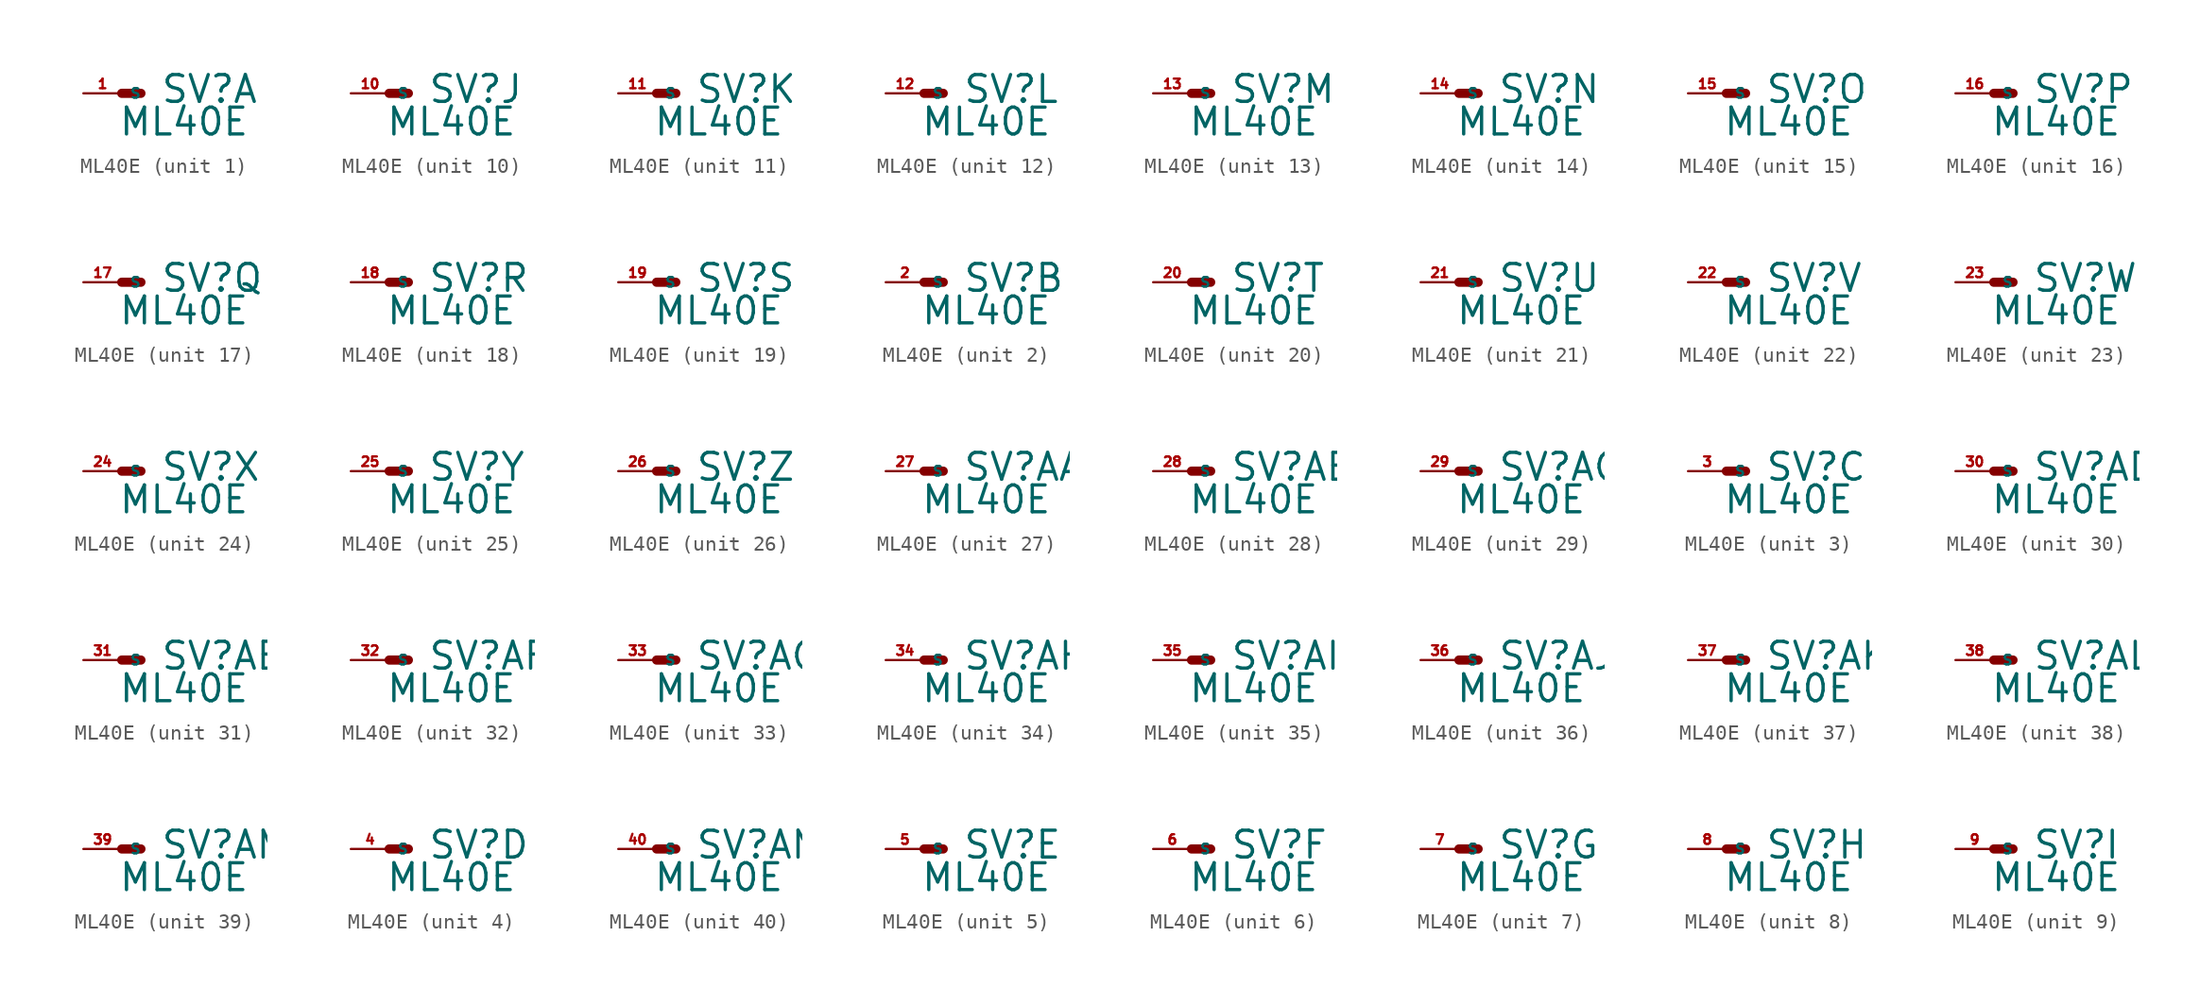
<source format=kicad_sym>
(kicad_symbol_lib
  (version 20220914)
  (generator Eagle2Kicad)
  (symbol "ML40E"
    (property "Reference" "SV"
      (at 2.54 -0.762 0)
      (effects (font (size 1.778 1.778) (thickness 0.22)) (justify left bottom)))
    (property "Value" "ML40E"
      (at -0.254 -2.921 0)
      (effects (font (size 1.778 1.778) (thickness 0.22)) (justify left bottom)))
    (symbol "ML40E_1_0"
      (polyline (pts (xy 1.27 0) (xy 0 0)) (stroke (width 0.61) (type default)) (fill (type none)))
      (pin passive line (at -2.54 0 0) (length 2.54) (name "S" (effects (font (size 0.635 0.635) (thickness 0.08)) (justify left bottom))) (number "1" (effects (font (size 0.635 0.635) (thickness 0.08)) (justify left bottom)))))
    (symbol "ML40E_2_0"
      (polyline (pts (xy 1.27 0) (xy 0 0)) (stroke (width 0.61) (type default)) (fill (type none)))
      (pin passive line (at -2.54 0 0) (length 2.54) (name "S" (effects (font (size 0.635 0.635) (thickness 0.08)) (justify left bottom))) (number "2" (effects (font (size 0.635 0.635) (thickness 0.08)) (justify left bottom)))))
    (symbol "ML40E_3_0"
      (polyline (pts (xy 1.27 0) (xy 0 0)) (stroke (width 0.61) (type default)) (fill (type none)))
      (pin passive line (at -2.54 0 0) (length 2.54) (name "S" (effects (font (size 0.635 0.635) (thickness 0.08)) (justify left bottom))) (number "3" (effects (font (size 0.635 0.635) (thickness 0.08)) (justify left bottom)))))
    (symbol "ML40E_4_0"
      (polyline (pts (xy 1.27 0) (xy 0 0)) (stroke (width 0.61) (type default)) (fill (type none)))
      (pin passive line (at -2.54 0 0) (length 2.54) (name "S" (effects (font (size 0.635 0.635) (thickness 0.08)) (justify left bottom))) (number "4" (effects (font (size 0.635 0.635) (thickness 0.08)) (justify left bottom)))))
    (symbol "ML40E_5_0"
      (polyline (pts (xy 1.27 0) (xy 0 0)) (stroke (width 0.61) (type default)) (fill (type none)))
      (pin passive line (at -2.54 0 0) (length 2.54) (name "S" (effects (font (size 0.635 0.635) (thickness 0.08)) (justify left bottom))) (number "5" (effects (font (size 0.635 0.635) (thickness 0.08)) (justify left bottom)))))
    (symbol "ML40E_6_0"
      (polyline (pts (xy 1.27 0) (xy 0 0)) (stroke (width 0.61) (type default)) (fill (type none)))
      (pin passive line (at -2.54 0 0) (length 2.54) (name "S" (effects (font (size 0.635 0.635) (thickness 0.08)) (justify left bottom))) (number "6" (effects (font (size 0.635 0.635) (thickness 0.08)) (justify left bottom)))))
    (symbol "ML40E_7_0"
      (polyline (pts (xy 1.27 0) (xy 0 0)) (stroke (width 0.61) (type default)) (fill (type none)))
      (pin passive line (at -2.54 0 0) (length 2.54) (name "S" (effects (font (size 0.635 0.635) (thickness 0.08)) (justify left bottom))) (number "7" (effects (font (size 0.635 0.635) (thickness 0.08)) (justify left bottom)))))
    (symbol "ML40E_8_0"
      (polyline (pts (xy 1.27 0) (xy 0 0)) (stroke (width 0.61) (type default)) (fill (type none)))
      (pin passive line (at -2.54 0 0) (length 2.54) (name "S" (effects (font (size 0.635 0.635) (thickness 0.08)) (justify left bottom))) (number "8" (effects (font (size 0.635 0.635) (thickness 0.08)) (justify left bottom)))))
    (symbol "ML40E_9_0"
      (polyline (pts (xy 1.27 0) (xy 0 0)) (stroke (width 0.61) (type default)) (fill (type none)))
      (pin passive line (at -2.54 0 0) (length 2.54) (name "S" (effects (font (size 0.635 0.635) (thickness 0.08)) (justify left bottom))) (number "9" (effects (font (size 0.635 0.635) (thickness 0.08)) (justify left bottom)))))
    (symbol "ML40E_10_0"
      (polyline (pts (xy 1.27 0) (xy 0 0)) (stroke (width 0.61) (type default)) (fill (type none)))
      (pin passive line (at -2.54 0 0) (length 2.54) (name "S" (effects (font (size 0.635 0.635) (thickness 0.08)) (justify left bottom))) (number "10" (effects (font (size 0.635 0.635) (thickness 0.08)) (justify left bottom)))))
    (symbol "ML40E_11_0"
      (polyline (pts (xy 1.27 0) (xy 0 0)) (stroke (width 0.61) (type default)) (fill (type none)))
      (pin passive line (at -2.54 0 0) (length 2.54) (name "S" (effects (font (size 0.635 0.635) (thickness 0.08)) (justify left bottom))) (number "11" (effects (font (size 0.635 0.635) (thickness 0.08)) (justify left bottom)))))
    (symbol "ML40E_12_0"
      (polyline (pts (xy 1.27 0) (xy 0 0)) (stroke (width 0.61) (type default)) (fill (type none)))
      (pin passive line (at -2.54 0 0) (length 2.54) (name "S" (effects (font (size 0.635 0.635) (thickness 0.08)) (justify left bottom))) (number "12" (effects (font (size 0.635 0.635) (thickness 0.08)) (justify left bottom)))))
    (symbol "ML40E_13_0"
      (polyline (pts (xy 1.27 0) (xy 0 0)) (stroke (width 0.61) (type default)) (fill (type none)))
      (pin passive line (at -2.54 0 0) (length 2.54) (name "S" (effects (font (size 0.635 0.635) (thickness 0.08)) (justify left bottom))) (number "13" (effects (font (size 0.635 0.635) (thickness 0.08)) (justify left bottom)))))
    (symbol "ML40E_14_0"
      (polyline (pts (xy 1.27 0) (xy 0 0)) (stroke (width 0.61) (type default)) (fill (type none)))
      (pin passive line (at -2.54 0 0) (length 2.54) (name "S" (effects (font (size 0.635 0.635) (thickness 0.08)) (justify left bottom))) (number "14" (effects (font (size 0.635 0.635) (thickness 0.08)) (justify left bottom)))))
    (symbol "ML40E_15_0"
      (polyline (pts (xy 1.27 0) (xy 0 0)) (stroke (width 0.61) (type default)) (fill (type none)))
      (pin passive line (at -2.54 0 0) (length 2.54) (name "S" (effects (font (size 0.635 0.635) (thickness 0.08)) (justify left bottom))) (number "15" (effects (font (size 0.635 0.635) (thickness 0.08)) (justify left bottom)))))
    (symbol "ML40E_16_0"
      (polyline (pts (xy 1.27 0) (xy 0 0)) (stroke (width 0.61) (type default)) (fill (type none)))
      (pin passive line (at -2.54 0 0) (length 2.54) (name "S" (effects (font (size 0.635 0.635) (thickness 0.08)) (justify left bottom))) (number "16" (effects (font (size 0.635 0.635) (thickness 0.08)) (justify left bottom)))))
    (symbol "ML40E_17_0"
      (polyline (pts (xy 1.27 0) (xy 0 0)) (stroke (width 0.61) (type default)) (fill (type none)))
      (pin passive line (at -2.54 0 0) (length 2.54) (name "S" (effects (font (size 0.635 0.635) (thickness 0.08)) (justify left bottom))) (number "17" (effects (font (size 0.635 0.635) (thickness 0.08)) (justify left bottom)))))
    (symbol "ML40E_18_0"
      (polyline (pts (xy 1.27 0) (xy 0 0)) (stroke (width 0.61) (type default)) (fill (type none)))
      (pin passive line (at -2.54 0 0) (length 2.54) (name "S" (effects (font (size 0.635 0.635) (thickness 0.08)) (justify left bottom))) (number "18" (effects (font (size 0.635 0.635) (thickness 0.08)) (justify left bottom)))))
    (symbol "ML40E_19_0"
      (polyline (pts (xy 1.27 0) (xy 0 0)) (stroke (width 0.61) (type default)) (fill (type none)))
      (pin passive line (at -2.54 0 0) (length 2.54) (name "S" (effects (font (size 0.635 0.635) (thickness 0.08)) (justify left bottom))) (number "19" (effects (font (size 0.635 0.635) (thickness 0.08)) (justify left bottom)))))
    (symbol "ML40E_20_0"
      (polyline (pts (xy 1.27 0) (xy 0 0)) (stroke (width 0.61) (type default)) (fill (type none)))
      (pin passive line (at -2.54 0 0) (length 2.54) (name "S" (effects (font (size 0.635 0.635) (thickness 0.08)) (justify left bottom))) (number "20" (effects (font (size 0.635 0.635) (thickness 0.08)) (justify left bottom)))))
    (symbol "ML40E_21_0"
      (polyline (pts (xy 1.27 0) (xy 0 0)) (stroke (width 0.61) (type default)) (fill (type none)))
      (pin passive line (at -2.54 0 0) (length 2.54) (name "S" (effects (font (size 0.635 0.635) (thickness 0.08)) (justify left bottom))) (number "21" (effects (font (size 0.635 0.635) (thickness 0.08)) (justify left bottom)))))
    (symbol "ML40E_22_0"
      (polyline (pts (xy 1.27 0) (xy 0 0)) (stroke (width 0.61) (type default)) (fill (type none)))
      (pin passive line (at -2.54 0 0) (length 2.54) (name "S" (effects (font (size 0.635 0.635) (thickness 0.08)) (justify left bottom))) (number "22" (effects (font (size 0.635 0.635) (thickness 0.08)) (justify left bottom)))))
    (symbol "ML40E_23_0"
      (polyline (pts (xy 1.27 0) (xy 0 0)) (stroke (width 0.61) (type default)) (fill (type none)))
      (pin passive line (at -2.54 0 0) (length 2.54) (name "S" (effects (font (size 0.635 0.635) (thickness 0.08)) (justify left bottom))) (number "23" (effects (font (size 0.635 0.635) (thickness 0.08)) (justify left bottom)))))
    (symbol "ML40E_24_0"
      (polyline (pts (xy 1.27 0) (xy 0 0)) (stroke (width 0.61) (type default)) (fill (type none)))
      (pin passive line (at -2.54 0 0) (length 2.54) (name "S" (effects (font (size 0.635 0.635) (thickness 0.08)) (justify left bottom))) (number "24" (effects (font (size 0.635 0.635) (thickness 0.08)) (justify left bottom)))))
    (symbol "ML40E_25_0"
      (polyline (pts (xy 1.27 0) (xy 0 0)) (stroke (width 0.61) (type default)) (fill (type none)))
      (pin passive line (at -2.54 0 0) (length 2.54) (name "S" (effects (font (size 0.635 0.635) (thickness 0.08)) (justify left bottom))) (number "25" (effects (font (size 0.635 0.635) (thickness 0.08)) (justify left bottom)))))
    (symbol "ML40E_26_0"
      (polyline (pts (xy 1.27 0) (xy 0 0)) (stroke (width 0.61) (type default)) (fill (type none)))
      (pin passive line (at -2.54 0 0) (length 2.54) (name "S" (effects (font (size 0.635 0.635) (thickness 0.08)) (justify left bottom))) (number "26" (effects (font (size 0.635 0.635) (thickness 0.08)) (justify left bottom)))))
    (symbol "ML40E_27_0"
      (polyline (pts (xy 1.27 0) (xy 0 0)) (stroke (width 0.61) (type default)) (fill (type none)))
      (pin passive line (at -2.54 0 0) (length 2.54) (name "S" (effects (font (size 0.635 0.635) (thickness 0.08)) (justify left bottom))) (number "27" (effects (font (size 0.635 0.635) (thickness 0.08)) (justify left bottom)))))
    (symbol "ML40E_28_0"
      (polyline (pts (xy 1.27 0) (xy 0 0)) (stroke (width 0.61) (type default)) (fill (type none)))
      (pin passive line (at -2.54 0 0) (length 2.54) (name "S" (effects (font (size 0.635 0.635) (thickness 0.08)) (justify left bottom))) (number "28" (effects (font (size 0.635 0.635) (thickness 0.08)) (justify left bottom)))))
    (symbol "ML40E_29_0"
      (polyline (pts (xy 1.27 0) (xy 0 0)) (stroke (width 0.61) (type default)) (fill (type none)))
      (pin passive line (at -2.54 0 0) (length 2.54) (name "S" (effects (font (size 0.635 0.635) (thickness 0.08)) (justify left bottom))) (number "29" (effects (font (size 0.635 0.635) (thickness 0.08)) (justify left bottom)))))
    (symbol "ML40E_30_0"
      (polyline (pts (xy 1.27 0) (xy 0 0)) (stroke (width 0.61) (type default)) (fill (type none)))
      (pin passive line (at -2.54 0 0) (length 2.54) (name "S" (effects (font (size 0.635 0.635) (thickness 0.08)) (justify left bottom))) (number "30" (effects (font (size 0.635 0.635) (thickness 0.08)) (justify left bottom)))))
    (symbol "ML40E_31_0"
      (polyline (pts (xy 1.27 0) (xy 0 0)) (stroke (width 0.61) (type default)) (fill (type none)))
      (pin passive line (at -2.54 0 0) (length 2.54) (name "S" (effects (font (size 0.635 0.635) (thickness 0.08)) (justify left bottom))) (number "31" (effects (font (size 0.635 0.635) (thickness 0.08)) (justify left bottom)))))
    (symbol "ML40E_32_0"
      (polyline (pts (xy 1.27 0) (xy 0 0)) (stroke (width 0.61) (type default)) (fill (type none)))
      (pin passive line (at -2.54 0 0) (length 2.54) (name "S" (effects (font (size 0.635 0.635) (thickness 0.08)) (justify left bottom))) (number "32" (effects (font (size 0.635 0.635) (thickness 0.08)) (justify left bottom)))))
    (symbol "ML40E_33_0"
      (polyline (pts (xy 1.27 0) (xy 0 0)) (stroke (width 0.61) (type default)) (fill (type none)))
      (pin passive line (at -2.54 0 0) (length 2.54) (name "S" (effects (font (size 0.635 0.635) (thickness 0.08)) (justify left bottom))) (number "33" (effects (font (size 0.635 0.635) (thickness 0.08)) (justify left bottom)))))
    (symbol "ML40E_34_0"
      (polyline (pts (xy 1.27 0) (xy 0 0)) (stroke (width 0.61) (type default)) (fill (type none)))
      (pin passive line (at -2.54 0 0) (length 2.54) (name "S" (effects (font (size 0.635 0.635) (thickness 0.08)) (justify left bottom))) (number "34" (effects (font (size 0.635 0.635) (thickness 0.08)) (justify left bottom)))))
    (symbol "ML40E_35_0"
      (polyline (pts (xy 1.27 0) (xy 0 0)) (stroke (width 0.61) (type default)) (fill (type none)))
      (pin passive line (at -2.54 0 0) (length 2.54) (name "S" (effects (font (size 0.635 0.635) (thickness 0.08)) (justify left bottom))) (number "35" (effects (font (size 0.635 0.635) (thickness 0.08)) (justify left bottom)))))
    (symbol "ML40E_36_0"
      (polyline (pts (xy 1.27 0) (xy 0 0)) (stroke (width 0.61) (type default)) (fill (type none)))
      (pin passive line (at -2.54 0 0) (length 2.54) (name "S" (effects (font (size 0.635 0.635) (thickness 0.08)) (justify left bottom))) (number "36" (effects (font (size 0.635 0.635) (thickness 0.08)) (justify left bottom)))))
    (symbol "ML40E_37_0"
      (polyline (pts (xy 1.27 0) (xy 0 0)) (stroke (width 0.61) (type default)) (fill (type none)))
      (pin passive line (at -2.54 0 0) (length 2.54) (name "S" (effects (font (size 0.635 0.635) (thickness 0.08)) (justify left bottom))) (number "37" (effects (font (size 0.635 0.635) (thickness 0.08)) (justify left bottom)))))
    (symbol "ML40E_38_0"
      (polyline (pts (xy 1.27 0) (xy 0 0)) (stroke (width 0.61) (type default)) (fill (type none)))
      (pin passive line (at -2.54 0 0) (length 2.54) (name "S" (effects (font (size 0.635 0.635) (thickness 0.08)) (justify left bottom))) (number "38" (effects (font (size 0.635 0.635) (thickness 0.08)) (justify left bottom)))))
    (symbol "ML40E_39_0"
      (polyline (pts (xy 1.27 0) (xy 0 0)) (stroke (width 0.61) (type default)) (fill (type none)))
      (pin passive line (at -2.54 0 0) (length 2.54) (name "S" (effects (font (size 0.635 0.635) (thickness 0.08)) (justify left bottom))) (number "39" (effects (font (size 0.635 0.635) (thickness 0.08)) (justify left bottom)))))
    (symbol "ML40E_40_0"
      (polyline (pts (xy 1.27 0) (xy 0 0)) (stroke (width 0.61) (type default)) (fill (type none)))
      (pin passive line (at -2.54 0 0) (length 2.54) (name "S" (effects (font (size 0.635 0.635) (thickness 0.08)) (justify left bottom))) (number "40" (effects (font (size 0.635 0.635) (thickness 0.08)) (justify left bottom)))))))
</source>
